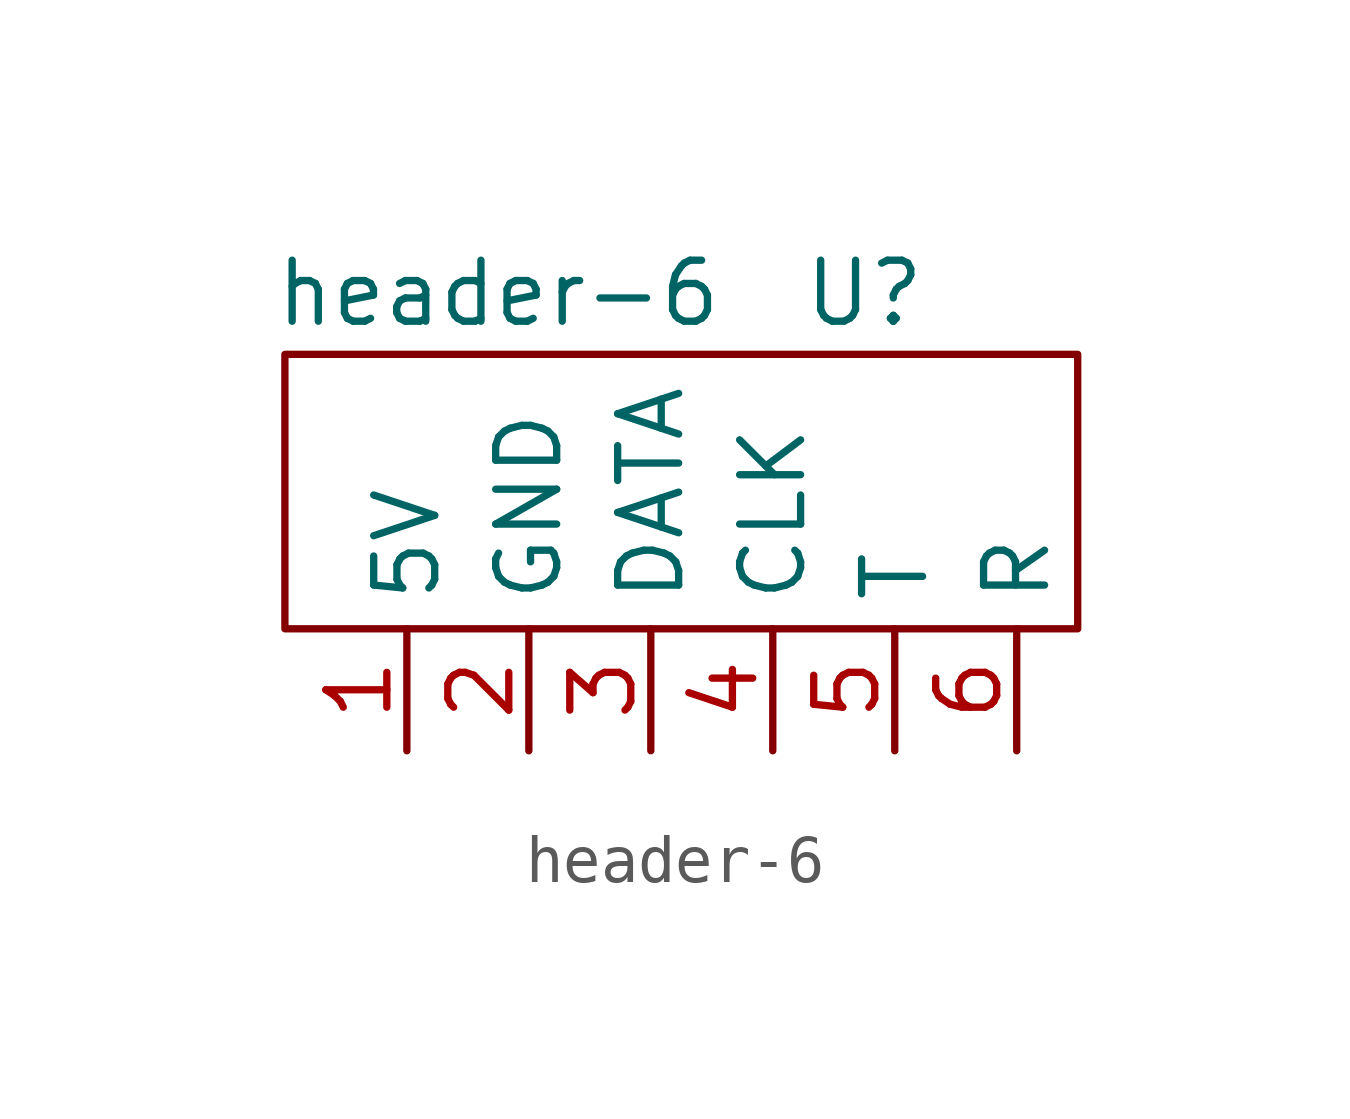
<source format=kicad_sym>
(kicad_symbol_lib
  (version 20211014)
  (generator kicad_symbol_editor)
  (symbol "header-6"
    (property "Reference" "U"
      (at 3.81 4.445 0)
      (effects (font (size 1.27 1.27))))
    (property "Value" "header-6"
      (at -3.81 4.445 0)
      (effects (font (size 1.27 1.27))))
    (symbol "header-6_0_1"
      (rectangle (start -8.255 -2.54) (end 8.255 3.175) (stroke (width 0) (type default) (color 0 0 0 0)) (fill (type none))))
    (symbol "header-6_1_1"
      (pin input line (at -5.715 -5.08 90) (length 2.54) (name "5V" (effects (font (size 1.27 1.27)))) (number "1" (effects (font (size 1.27 1.27)))))
      (pin input line (at -3.175 -5.08 90) (length 2.54) (name "GND" (effects (font (size 1.27 1.27)))) (number "2" (effects (font (size 1.27 1.27)))))
      (pin input line (at -0.635 -5.08 90) (length 2.54) (name "DATA" (effects (font (size 1.27 1.27)))) (number "3" (effects (font (size 1.27 1.27)))))
      (pin input line (at 1.905 -5.08 90) (length 2.54) (name "CLK" (effects (font (size 1.27 1.27)))) (number "4" (effects (font (size 1.27 1.27)))))
      (pin input line (at 4.445 -5.08 90) (length 2.54) (name "T" (effects (font (size 1.27 1.27)))) (number "5" (effects (font (size 1.27 1.27)))))
      (pin input line (at 6.985 -5.08 90) (length 2.54) (name "R" (effects (font (size 1.27 1.27)))) (number "6" (effects (font (size 1.27 1.27))))))))
</source>
